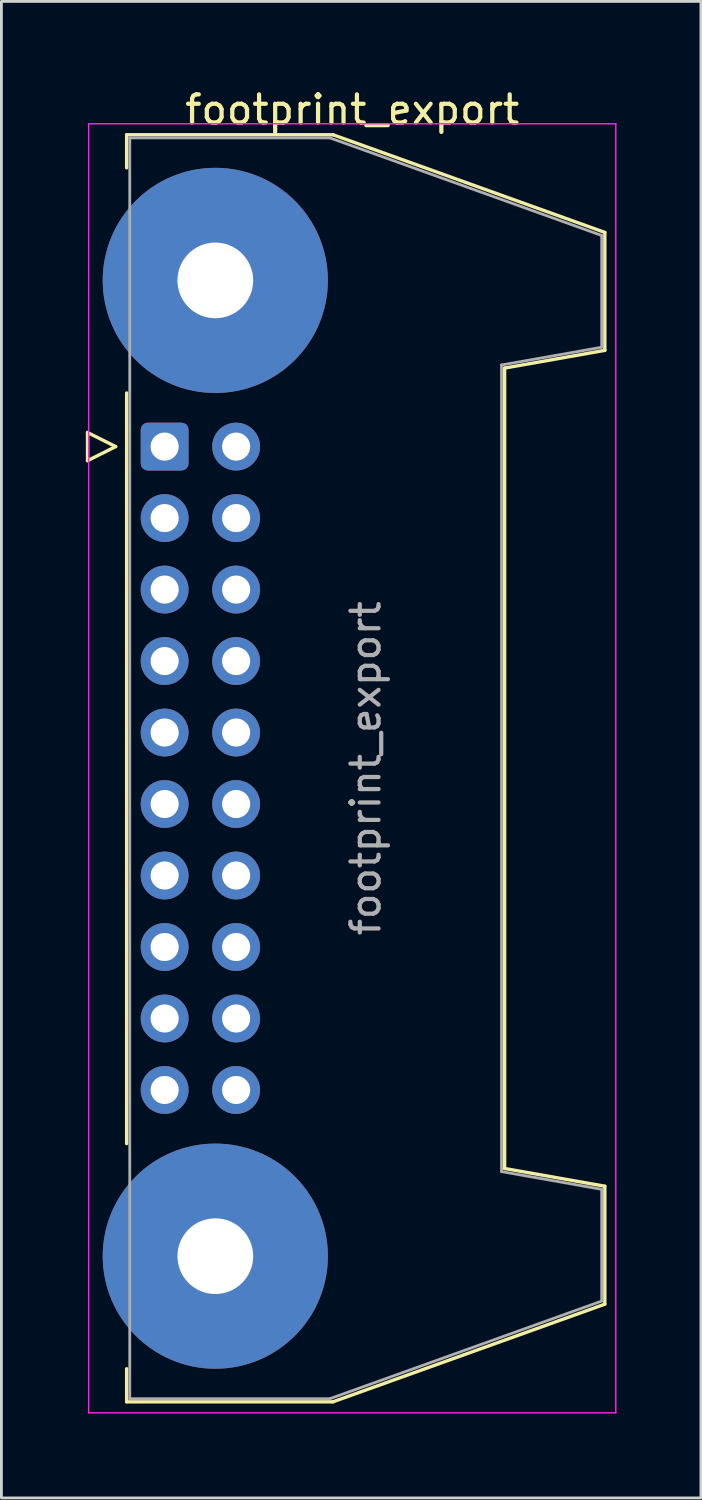
<source format=kicad_pcb>
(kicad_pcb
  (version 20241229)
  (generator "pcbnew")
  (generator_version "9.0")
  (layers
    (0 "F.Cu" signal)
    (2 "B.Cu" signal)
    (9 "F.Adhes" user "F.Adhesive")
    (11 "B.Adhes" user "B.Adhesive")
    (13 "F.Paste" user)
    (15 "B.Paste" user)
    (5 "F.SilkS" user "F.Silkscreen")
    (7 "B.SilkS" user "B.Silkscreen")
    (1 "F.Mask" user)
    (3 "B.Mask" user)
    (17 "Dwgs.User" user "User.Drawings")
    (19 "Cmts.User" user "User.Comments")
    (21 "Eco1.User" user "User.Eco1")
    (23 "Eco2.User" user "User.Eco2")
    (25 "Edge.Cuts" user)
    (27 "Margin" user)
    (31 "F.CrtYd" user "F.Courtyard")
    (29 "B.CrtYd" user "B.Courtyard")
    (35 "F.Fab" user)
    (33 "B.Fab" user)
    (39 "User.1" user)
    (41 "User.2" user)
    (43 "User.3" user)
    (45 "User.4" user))
  (footprint "footprint_export"
    (layer "F.Cu")
    (at 2.8 12.818)
    (property "Reference" "footprint_export" (at 6.665 -11.97 0) (layer "F.SilkS") (effects (font (size 1 1) (thickness 0.15))))
    (attr through_hole)
    (fp_line (start -2.74 -0.5) (end -2.74 0.5) (stroke (width 0.12) (type solid)) (layer "F.SilkS"))
    (fp_line (start -2.74 0.5) (end -1.74 0) (stroke (width 0.12) (type solid)) (layer "F.SilkS"))
    (fp_line (start -1.74 0) (end -2.74 -0.5) (stroke (width 0.12) (type solid)) (layer "F.SilkS"))
    (fp_line (start -1.35 -11.08) (end -1.35 -9.905) (stroke (width 0.12) (type solid)) (layer "F.SilkS"))
    (fp_line (start -1.35 -11.08) (end 5.98 -11.08) (stroke (width 0.12) (type solid)) (layer "F.SilkS"))
    (fp_line (start -1.35 -1.905) (end -1.35 24.765) (stroke (width 0.12) (type solid)) (layer "F.SilkS"))
    (fp_line (start -1.35 32.765) (end -1.35 33.94) (stroke (width 0.12) (type solid)) (layer "F.SilkS"))
    (fp_line (start 5.98 -11.08) (end 15.64 -7.61) (stroke (width 0.12) (type solid)) (layer "F.SilkS"))
    (fp_line (start 5.98 33.94) (end -1.35 33.94) (stroke (width 0.12) (type solid)) (layer "F.SilkS"))
    (fp_line (start 12.08 -2.79) (end 12.08 25.65) (stroke (width 0.12) (type solid)) (layer "F.SilkS"))
    (fp_line (start 12.08 25.65) (end 15.64 26.28) (stroke (width 0.12) (type solid)) (layer "F.SilkS"))
    (fp_line (start 15.64 -7.61) (end 15.64 -3.42) (stroke (width 0.12) (type solid)) (layer "F.SilkS"))
    (fp_line (start 15.64 -3.42) (end 12.08 -2.79) (stroke (width 0.12) (type solid)) (layer "F.SilkS"))
    (fp_line (start 15.64 26.28) (end 15.64 30.47) (stroke (width 0.12) (type solid)) (layer "F.SilkS"))
    (fp_line (start 15.64 30.47) (end 5.98 33.94) (stroke (width 0.12) (type solid)) (layer "F.SilkS"))
    (fp_line (start -2.7 -11.47) (end -2.7 34.33) (stroke (width 0.05) (type solid)) (layer "F.CrtYd"))
    (fp_line (start -2.7 34.33) (end 16.03 34.33) (stroke (width 0.05) (type solid)) (layer "F.CrtYd"))
    (fp_line (start 16.03 -11.47) (end -2.7 -11.47) (stroke (width 0.05) (type solid)) (layer "F.CrtYd"))
    (fp_line (start 16.03 34.33) (end 16.03 -11.47) (stroke (width 0.05) (type solid)) (layer "F.CrtYd"))
    (fp_line (start -1.24 -10.97) (end 5.87 -10.97) (stroke (width 0.1) (type solid)) (layer "F.Fab"))
    (fp_line (start -1.24 33.83) (end -1.24 -10.97) (stroke (width 0.1) (type solid)) (layer "F.Fab"))
    (fp_line (start 5.87 -10.97) (end 15.53 -7.5) (stroke (width 0.1) (type solid)) (layer "F.Fab"))
    (fp_line (start 5.87 33.83) (end -1.24 33.83) (stroke (width 0.1) (type solid)) (layer "F.Fab"))
    (fp_line (start 11.97 -2.9) (end 11.97 25.76) (stroke (width 0.1) (type solid)) (layer "F.Fab"))
    (fp_line (start 11.97 25.76) (end 15.53 26.39) (stroke (width 0.1) (type solid)) (layer "F.Fab"))
    (fp_line (start 15.53 -7.5) (end 15.53 -3.53) (stroke (width 0.1) (type solid)) (layer "F.Fab"))
    (fp_line (start 15.53 -3.53) (end 11.97 -2.9) (stroke (width 0.1) (type solid)) (layer "F.Fab"))
    (fp_line (start 15.53 26.39) (end 15.53 30.36) (stroke (width 0.1) (type solid)) (layer "F.Fab"))
    (fp_line (start 15.53 30.36) (end 5.87 33.83) (stroke (width 0.1) (type solid)) (layer "F.Fab"))
    (fp_text user "${REFERENCE}" (at 7.145 11.43 90) (layer "F.Fab") (effects (font (size 1 1) (thickness 0.15))))
    (pad "1" thru_hole roundrect (at 0 0) (size 1.7 1.7) (drill 1) (layers "*.Cu" "*.Mask") (roundrect_rratio 0.147))
    (pad "2" thru_hole circle (at 2.54 0) (size 1.7 1.7) (drill 1) (layers "*.Cu" "*.Mask"))
    (pad "3" thru_hole circle (at 0 2.54) (size 1.7 1.7) (drill 1) (layers "*.Cu" "*.Mask"))
    (pad "4" thru_hole circle (at 2.54 2.54) (size 1.7 1.7) (drill 1) (layers "*.Cu" "*.Mask"))
    (pad "5" thru_hole circle (at 0 5.08) (size 1.7 1.7) (drill 1) (layers "*.Cu" "*.Mask"))
    (pad "6" thru_hole circle (at 2.54 5.08) (size 1.7 1.7) (drill 1) (layers "*.Cu" "*.Mask"))
    (pad "7" thru_hole circle (at 0 7.62) (size 1.7 1.7) (drill 1) (layers "*.Cu" "*.Mask"))
    (pad "8" thru_hole circle (at 2.54 7.62) (size 1.7 1.7) (drill 1) (layers "*.Cu" "*.Mask"))
    (pad "9" thru_hole circle (at 0 10.16) (size 1.7 1.7) (drill 1) (layers "*.Cu" "*.Mask"))
    (pad "10" thru_hole circle (at 2.54 10.16) (size 1.7 1.7) (drill 1) (layers "*.Cu" "*.Mask"))
    (pad "11" thru_hole circle (at 0 12.7) (size 1.7 1.7) (drill 1) (layers "*.Cu" "*.Mask"))
    (pad "12" thru_hole circle (at 2.54 12.7) (size 1.7 1.7) (drill 1) (layers "*.Cu" "*.Mask"))
    (pad "13" thru_hole circle (at 0 15.24) (size 1.7 1.7) (drill 1) (layers "*.Cu" "*.Mask"))
    (pad "14" thru_hole circle (at 2.54 15.24) (size 1.7 1.7) (drill 1) (layers "*.Cu" "*.Mask"))
    (pad "15" thru_hole circle (at 0 17.78) (size 1.7 1.7) (drill 1) (layers "*.Cu" "*.Mask"))
    (pad "16" thru_hole circle (at 2.54 17.78) (size 1.7 1.7) (drill 1) (layers "*.Cu" "*.Mask"))
    (pad "17" thru_hole circle (at 0 20.32) (size 1.7 1.7) (drill 1) (layers "*.Cu" "*.Mask"))
    (pad "18" thru_hole circle (at 2.54 20.32) (size 1.7 1.7) (drill 1) (layers "*.Cu" "*.Mask"))
    (pad "19" thru_hole circle (at 0 22.86) (size 1.7 1.7) (drill 1) (layers "*.Cu" "*.Mask"))
    (pad "20" thru_hole circle (at 2.54 22.86) (size 1.7 1.7) (drill 1) (layers "*.Cu" "*.Mask"))
    (pad "MP" thru_hole circle (at 1.8 -5.905) (size 8 8) (drill 2.69) (layers "*.Cu" "*.Mask"))
    (pad "MP" thru_hole circle (at 1.8 28.765) (size 8 8) (drill 2.69) (layers "*.Cu" "*.Mask")))
  (gr_rect
    (start -3 -3)
    (end 21.855 50.173)
    (stroke (width 0.1) (type default))
    (fill no)
    (layer "Edge.Cuts")))
</source>
